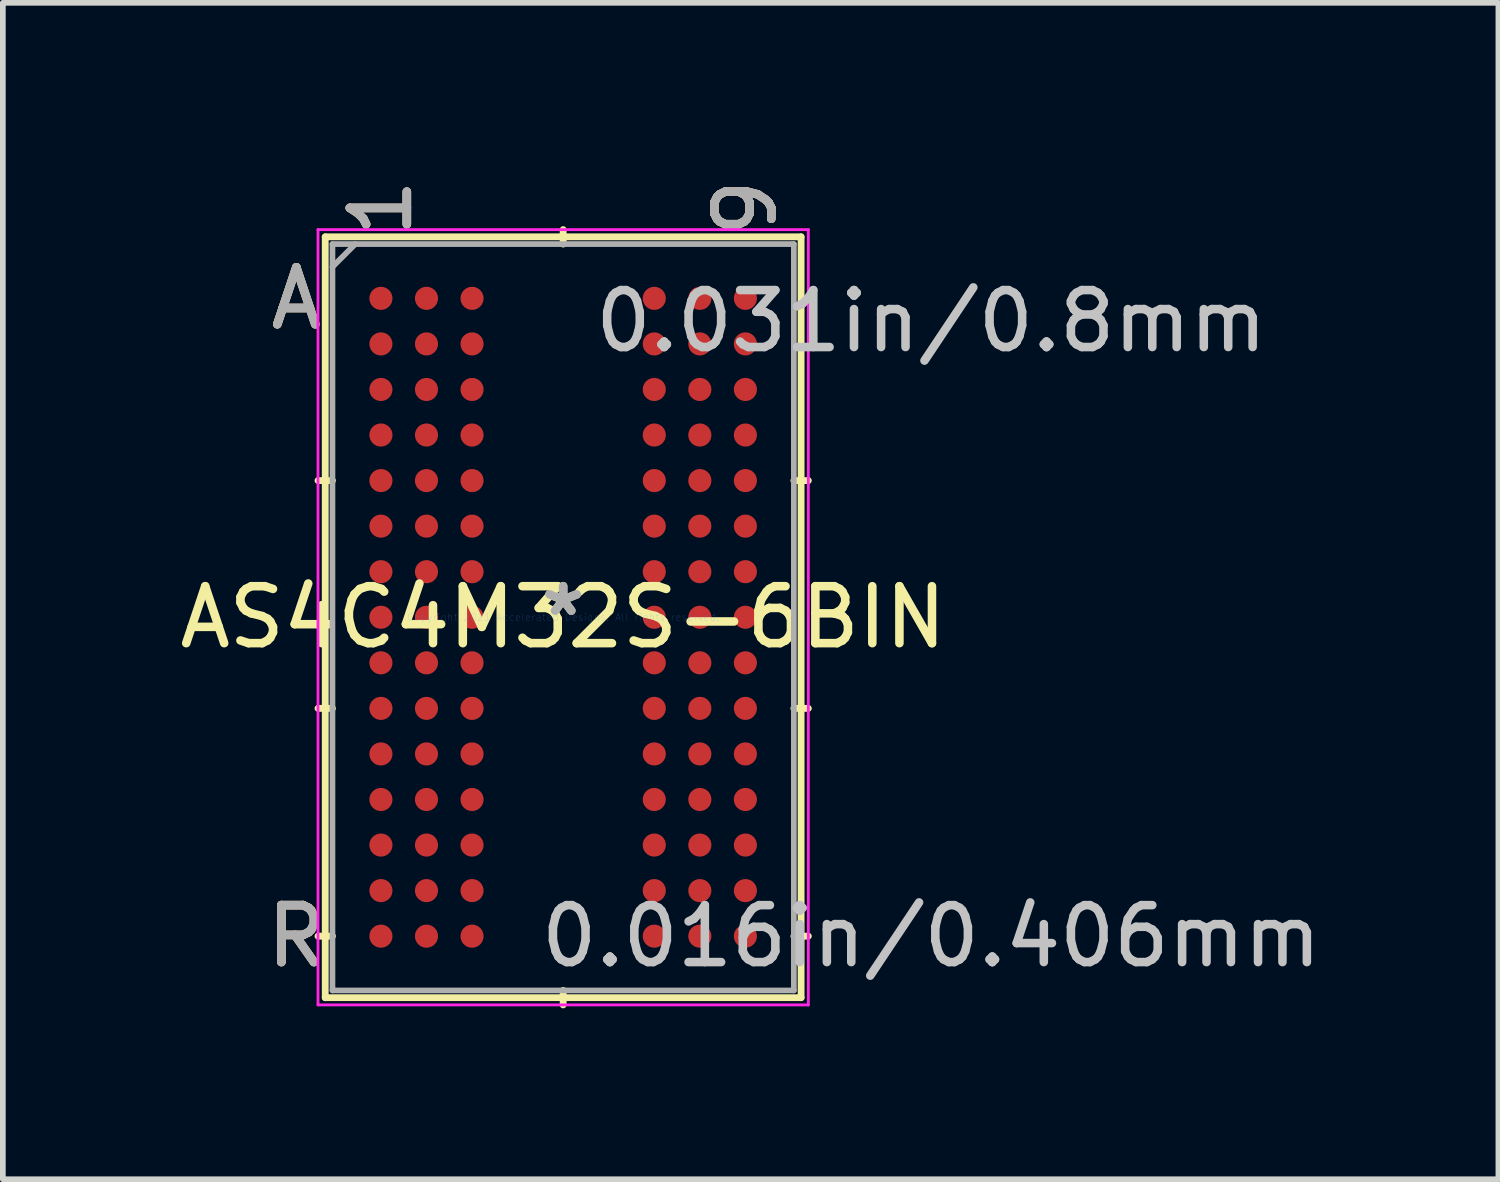
<source format=kicad_pcb>
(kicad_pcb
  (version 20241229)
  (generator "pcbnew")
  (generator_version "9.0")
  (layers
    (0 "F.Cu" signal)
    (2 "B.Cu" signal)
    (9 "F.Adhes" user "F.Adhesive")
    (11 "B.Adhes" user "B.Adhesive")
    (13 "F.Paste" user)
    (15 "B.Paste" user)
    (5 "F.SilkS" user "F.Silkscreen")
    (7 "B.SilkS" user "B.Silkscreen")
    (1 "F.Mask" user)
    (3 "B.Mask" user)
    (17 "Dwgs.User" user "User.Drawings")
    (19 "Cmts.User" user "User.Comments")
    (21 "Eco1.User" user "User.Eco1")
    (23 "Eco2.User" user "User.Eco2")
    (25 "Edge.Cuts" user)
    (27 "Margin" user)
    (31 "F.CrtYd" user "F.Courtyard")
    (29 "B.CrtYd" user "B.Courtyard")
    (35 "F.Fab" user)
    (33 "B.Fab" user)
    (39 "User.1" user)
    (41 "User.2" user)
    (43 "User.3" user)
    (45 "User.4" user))
  (footprint "AS4C4M32S-6BIN"
    (layer "F.Cu")
    (at 6.839 7.789)
    (property "Reference" "AS4C4M32S-6BIN" (at 0 0 0) (layer "F.SilkS") (effects (font (size 1 1) (thickness 0.15))))
    (attr through_hole)
    (fp_line (start -4.178 -6.68) (end -4.178 6.68) (stroke (width 0.12) (type solid)) (layer "F.SilkS"))
    (fp_line (start -4.178 6.68) (end 4.178 6.68) (stroke (width 0.12) (type solid)) (layer "F.SilkS"))
    (fp_line (start -4.051 -2.4) (end -4.305 -2.4) (stroke (width 0.12) (type solid)) (layer "F.SilkS"))
    (fp_line (start -4.051 1.6) (end -4.305 1.6) (stroke (width 0.12) (type solid)) (layer "F.SilkS"))
    (fp_line (start -4.051 5.6) (end -4.305 5.6) (stroke (width 0.12) (type solid)) (layer "F.SilkS"))
    (fp_line (start 0 -6.553) (end 0 -6.807) (stroke (width 0.12) (type solid)) (layer "F.SilkS"))
    (fp_line (start 0 6.553) (end 0 6.807) (stroke (width 0.12) (type solid)) (layer "F.SilkS"))
    (fp_line (start 4.051 -2.4) (end 4.305 -2.4) (stroke (width 0.12) (type solid)) (layer "F.SilkS"))
    (fp_line (start 4.051 1.6) (end 4.305 1.6) (stroke (width 0.12) (type solid)) (layer "F.SilkS"))
    (fp_line (start 4.051 5.6) (end 4.305 5.6) (stroke (width 0.12) (type solid)) (layer "F.SilkS"))
    (fp_line (start 4.178 -6.68) (end -4.178 -6.68) (stroke (width 0.12) (type solid)) (layer "F.SilkS"))
    (fp_line (start 4.178 6.68) (end 4.178 -6.68) (stroke (width 0.12) (type solid)) (layer "F.SilkS"))
    (fp_line (start -4.305 -6.807) (end 4.305 -6.807) (stroke (width 0.05) (type solid)) (layer "F.CrtYd"))
    (fp_line (start -4.305 6.807) (end -4.305 -6.807) (stroke (width 0.05) (type solid)) (layer "F.CrtYd"))
    (fp_line (start 4.305 -6.807) (end 4.305 6.807) (stroke (width 0.05) (type solid)) (layer "F.CrtYd"))
    (fp_line (start 4.305 6.807) (end -4.305 6.807) (stroke (width 0.05) (type solid)) (layer "F.CrtYd"))
    (fp_line (start -4.051 -6.553) (end -4.051 6.553) (stroke (width 0.1) (type solid)) (layer "F.Fab"))
    (fp_line (start -4.051 6.553) (end 4.051 6.553) (stroke (width 0.1) (type solid)) (layer "F.Fab"))
    (fp_line (start -3.651 -6.553) (end -4.051 -6.153) (stroke (width 0.1) (type solid)) (layer "F.Fab"))
    (fp_line (start 4.051 -6.553) (end -4.051 -6.553) (stroke (width 0.1) (type solid)) (layer "F.Fab"))
    (fp_line (start 4.051 6.553) (end 4.051 -6.553) (stroke (width 0.1) (type solid)) (layer "F.Fab"))
    (fp_text user "A" (at -4.686 -5.6 0) (layer "F.SilkS") (effects (font (size 1 1) (thickness 0.15))))
    (fp_text user "*" (at 0 0 0) (layer "F.SilkS") (effects (font (size 1 1) (thickness 0.15))))
    (fp_text user "R" (at -4.686 5.6 0) (layer "F.SilkS") (effects (font (size 1 1) (thickness 0.15))))
    (fp_text user "1" (at -3.2 -7.188 90) (layer "F.SilkS") (effects (font (size 1 1) (thickness 0.15))))
    (fp_text user "9" (at 3.2 -7.188 90) (layer "F.SilkS") (effects (font (size 1 1) (thickness 0.15))))
    (fp_text user "R" (at -4.686 5.6 0) (layer "B.SilkS") (effects (font (size 1 1) (thickness 0.15))))
    (fp_text user "1" (at -3.2 -7.188 90) (layer "B.SilkS") (effects (font (size 1 1) (thickness 0.15))))
    (fp_text user "A" (at -4.686 -5.6 0) (layer "B.SilkS") (effects (font (size 1 1) (thickness 0.15))))
    (fp_text user "9" (at 3.2 -7.188 90) (layer "B.SilkS") (effects (font (size 1 1) (thickness 0.15))))
    (fp_text user "0.016in/0.406mm" (at 6.464 5.6 0) (layer "Dwgs.User") (effects (font (size 1 1) (thickness 0.15))))
    (fp_text user "0.031in/0.8mm" (at 6.464 -5.2 0) (layer "Dwgs.User") (effects (font (size 1 1) (thickness 0.15))))
    (fp_text user "Copyright 2021 Accelerated Designs. All rights reserved." (at 0 0 0) (layer "Cmts.User") (effects (font (size 0.127 0.127) (thickness 0.002))))
    (fp_text user "9" (at 3.2 -7.188 90) (layer "F.Fab") (effects (font (size 1 1) (thickness 0.15))))
    (fp_text user "*" (at 0 0 0) (layer "F.Fab") (effects (font (size 1 1) (thickness 0.15))))
    (fp_text user "A" (at -4.686 -5.6 0) (layer "F.Fab") (effects (font (size 1 1) (thickness 0.15))))
    (fp_text user "1" (at -3.2 -7.188 90) (layer "F.Fab") (effects (font (size 1 1) (thickness 0.15))))
    (fp_text user "R" (at -4.686 5.6 0) (layer "F.Fab") (effects (font (size 1 1) (thickness 0.15))))
    (pad "A1" smd circle (at -3.2 -5.6) (size 0.406 0.406) (layers "F.Cu" "F.Mask" "F.Paste"))
    (pad "A2" smd circle (at -2.4 -5.6) (size 0.406 0.406) (layers "F.Cu" "F.Mask" "F.Paste"))
    (pad "A3" smd circle (at -1.6 -5.6) (size 0.406 0.406) (layers "F.Cu" "F.Mask" "F.Paste"))
    (pad "A7" smd circle (at 1.6 -5.6) (size 0.406 0.406) (layers "F.Cu" "F.Mask" "F.Paste"))
    (pad "A8" smd circle (at 2.4 -5.6) (size 0.406 0.406) (layers "F.Cu" "F.Mask" "F.Paste"))
    (pad "A9" smd circle (at 3.2 -5.6) (size 0.406 0.406) (layers "F.Cu" "F.Mask" "F.Paste"))
    (pad "B1" smd circle (at -3.2 -4.8) (size 0.406 0.406) (layers "F.Cu" "F.Mask" "F.Paste"))
    (pad "B2" smd circle (at -2.4 -4.8) (size 0.406 0.406) (layers "F.Cu" "F.Mask" "F.Paste"))
    (pad "B3" smd circle (at -1.6 -4.8) (size 0.406 0.406) (layers "F.Cu" "F.Mask" "F.Paste"))
    (pad "B7" smd circle (at 1.6 -4.8) (size 0.406 0.406) (layers "F.Cu" "F.Mask" "F.Paste"))
    (pad "B8" smd circle (at 2.4 -4.8) (size 0.406 0.406) (layers "F.Cu" "F.Mask" "F.Paste"))
    (pad "B9" smd circle (at 3.2 -4.8) (size 0.406 0.406) (layers "F.Cu" "F.Mask" "F.Paste"))
    (pad "C1" smd circle (at -3.2 -4) (size 0.406 0.406) (layers "F.Cu" "F.Mask" "F.Paste"))
    (pad "C2" smd circle (at -2.4 -4) (size 0.406 0.406) (layers "F.Cu" "F.Mask" "F.Paste"))
    (pad "C3" smd circle (at -1.6 -4) (size 0.406 0.406) (layers "F.Cu" "F.Mask" "F.Paste"))
    (pad "C7" smd circle (at 1.6 -4) (size 0.406 0.406) (layers "F.Cu" "F.Mask" "F.Paste"))
    (pad "C8" smd circle (at 2.4 -4) (size 0.406 0.406) (layers "F.Cu" "F.Mask" "F.Paste"))
    (pad "C9" smd circle (at 3.2 -4) (size 0.406 0.406) (layers "F.Cu" "F.Mask" "F.Paste"))
    (pad "D1" smd circle (at -3.2 -3.2) (size 0.406 0.406) (layers "F.Cu" "F.Mask" "F.Paste"))
    (pad "D2" smd circle (at -2.4 -3.2) (size 0.406 0.406) (layers "F.Cu" "F.Mask" "F.Paste"))
    (pad "D3" smd circle (at -1.6 -3.2) (size 0.406 0.406) (layers "F.Cu" "F.Mask" "F.Paste"))
    (pad "D7" smd circle (at 1.6 -3.2) (size 0.406 0.406) (layers "F.Cu" "F.Mask" "F.Paste"))
    (pad "D8" smd circle (at 2.4 -3.2) (size 0.406 0.406) (layers "F.Cu" "F.Mask" "F.Paste"))
    (pad "D9" smd circle (at 3.2 -3.2) (size 0.406 0.406) (layers "F.Cu" "F.Mask" "F.Paste"))
    (pad "E1" smd circle (at -3.2 -2.4) (size 0.406 0.406) (layers "F.Cu" "F.Mask" "F.Paste"))
    (pad "E2" smd circle (at -2.4 -2.4) (size 0.406 0.406) (layers "F.Cu" "F.Mask" "F.Paste"))
    (pad "E3" smd circle (at -1.6 -2.4) (size 0.406 0.406) (layers "F.Cu" "F.Mask" "F.Paste"))
    (pad "E7" smd circle (at 1.6 -2.4) (size 0.406 0.406) (layers "F.Cu" "F.Mask" "F.Paste"))
    (pad "E8" smd circle (at 2.4 -2.4) (size 0.406 0.406) (layers "F.Cu" "F.Mask" "F.Paste"))
    (pad "E9" smd circle (at 3.2 -2.4) (size 0.406 0.406) (layers "F.Cu" "F.Mask" "F.Paste"))
    (pad "F1" smd circle (at -3.2 -1.6) (size 0.406 0.406) (layers "F.Cu" "F.Mask" "F.Paste"))
    (pad "F2" smd circle (at -2.4 -1.6) (size 0.406 0.406) (layers "F.Cu" "F.Mask" "F.Paste"))
    (pad "F3" smd circle (at -1.6 -1.6) (size 0.406 0.406) (layers "F.Cu" "F.Mask" "F.Paste"))
    (pad "F7" smd circle (at 1.6 -1.6) (size 0.406 0.406) (layers "F.Cu" "F.Mask" "F.Paste"))
    (pad "F8" smd circle (at 2.4 -1.6) (size 0.406 0.406) (layers "F.Cu" "F.Mask" "F.Paste"))
    (pad "F9" smd circle (at 3.2 -1.6) (size 0.406 0.406) (layers "F.Cu" "F.Mask" "F.Paste"))
    (pad "G1" smd circle (at -3.2 -0.8) (size 0.406 0.406) (layers "F.Cu" "F.Mask" "F.Paste"))
    (pad "G2" smd circle (at -2.4 -0.8) (size 0.406 0.406) (layers "F.Cu" "F.Mask" "F.Paste"))
    (pad "G3" smd circle (at -1.6 -0.8) (size 0.406 0.406) (layers "F.Cu" "F.Mask" "F.Paste"))
    (pad "G7" smd circle (at 1.6 -0.8) (size 0.406 0.406) (layers "F.Cu" "F.Mask" "F.Paste"))
    (pad "G8" smd circle (at 2.4 -0.8) (size 0.406 0.406) (layers "F.Cu" "F.Mask" "F.Paste"))
    (pad "G9" smd circle (at 3.2 -0.8) (size 0.406 0.406) (layers "F.Cu" "F.Mask" "F.Paste"))
    (pad "H1" smd circle (at -3.2 0) (size 0.406 0.406) (layers "F.Cu" "F.Mask" "F.Paste"))
    (pad "H2" smd circle (at -2.4 0) (size 0.406 0.406) (layers "F.Cu" "F.Mask" "F.Paste"))
    (pad "H3" smd circle (at -1.6 0) (size 0.406 0.406) (layers "F.Cu" "F.Mask" "F.Paste"))
    (pad "H7" smd circle (at 1.6 0) (size 0.406 0.406) (layers "F.Cu" "F.Mask" "F.Paste"))
    (pad "H8" smd circle (at 2.4 0) (size 0.406 0.406) (layers "F.Cu" "F.Mask" "F.Paste"))
    (pad "H9" smd circle (at 3.2 0) (size 0.406 0.406) (layers "F.Cu" "F.Mask" "F.Paste"))
    (pad "J1" smd circle (at -3.2 0.8) (size 0.406 0.406) (layers "F.Cu" "F.Mask" "F.Paste"))
    (pad "J2" smd circle (at -2.4 0.8) (size 0.406 0.406) (layers "F.Cu" "F.Mask" "F.Paste"))
    (pad "J3" smd circle (at -1.6 0.8) (size 0.406 0.406) (layers "F.Cu" "F.Mask" "F.Paste"))
    (pad "J7" smd circle (at 1.6 0.8) (size 0.406 0.406) (layers "F.Cu" "F.Mask" "F.Paste"))
    (pad "J8" smd circle (at 2.4 0.8) (size 0.406 0.406) (layers "F.Cu" "F.Mask" "F.Paste"))
    (pad "J9" smd circle (at 3.2 0.8) (size 0.406 0.406) (layers "F.Cu" "F.Mask" "F.Paste"))
    (pad "K1" smd circle (at -3.2 1.6) (size 0.406 0.406) (layers "F.Cu" "F.Mask" "F.Paste"))
    (pad "K2" smd circle (at -2.4 1.6) (size 0.406 0.406) (layers "F.Cu" "F.Mask" "F.Paste"))
    (pad "K3" smd circle (at -1.6 1.6) (size 0.406 0.406) (layers "F.Cu" "F.Mask" "F.Paste"))
    (pad "K7" smd circle (at 1.6 1.6) (size 0.406 0.406) (layers "F.Cu" "F.Mask" "F.Paste"))
    (pad "K8" smd circle (at 2.4 1.6) (size 0.406 0.406) (layers "F.Cu" "F.Mask" "F.Paste"))
    (pad "K9" smd circle (at 3.2 1.6) (size 0.406 0.406) (layers "F.Cu" "F.Mask" "F.Paste"))
    (pad "L1" smd circle (at -3.2 2.4) (size 0.406 0.406) (layers "F.Cu" "F.Mask" "F.Paste"))
    (pad "L2" smd circle (at -2.4 2.4) (size 0.406 0.406) (layers "F.Cu" "F.Mask" "F.Paste"))
    (pad "L3" smd circle (at -1.6 2.4) (size 0.406 0.406) (layers "F.Cu" "F.Mask" "F.Paste"))
    (pad "L7" smd circle (at 1.6 2.4) (size 0.406 0.406) (layers "F.Cu" "F.Mask" "F.Paste"))
    (pad "L8" smd circle (at 2.4 2.4) (size 0.406 0.406) (layers "F.Cu" "F.Mask" "F.Paste"))
    (pad "L9" smd circle (at 3.2 2.4) (size 0.406 0.406) (layers "F.Cu" "F.Mask" "F.Paste"))
    (pad "M1" smd circle (at -3.2 3.2) (size 0.406 0.406) (layers "F.Cu" "F.Mask" "F.Paste"))
    (pad "M2" smd circle (at -2.4 3.2) (size 0.406 0.406) (layers "F.Cu" "F.Mask" "F.Paste"))
    (pad "M3" smd circle (at -1.6 3.2) (size 0.406 0.406) (layers "F.Cu" "F.Mask" "F.Paste"))
    (pad "M7" smd circle (at 1.6 3.2) (size 0.406 0.406) (layers "F.Cu" "F.Mask" "F.Paste"))
    (pad "M8" smd circle (at 2.4 3.2) (size 0.406 0.406) (layers "F.Cu" "F.Mask" "F.Paste"))
    (pad "M9" smd circle (at 3.2 3.2) (size 0.406 0.406) (layers "F.Cu" "F.Mask" "F.Paste"))
    (pad "N1" smd circle (at -3.2 4) (size 0.406 0.406) (layers "F.Cu" "F.Mask" "F.Paste"))
    (pad "N2" smd circle (at -2.4 4) (size 0.406 0.406) (layers "F.Cu" "F.Mask" "F.Paste"))
    (pad "N3" smd circle (at -1.6 4) (size 0.406 0.406) (layers "F.Cu" "F.Mask" "F.Paste"))
    (pad "N7" smd circle (at 1.6 4) (size 0.406 0.406) (layers "F.Cu" "F.Mask" "F.Paste"))
    (pad "N8" smd circle (at 2.4 4) (size 0.406 0.406) (layers "F.Cu" "F.Mask" "F.Paste"))
    (pad "N9" smd circle (at 3.2 4) (size 0.406 0.406) (layers "F.Cu" "F.Mask" "F.Paste"))
    (pad "P1" smd circle (at -3.2 4.8) (size 0.406 0.406) (layers "F.Cu" "F.Mask" "F.Paste"))
    (pad "P2" smd circle (at -2.4 4.8) (size 0.406 0.406) (layers "F.Cu" "F.Mask" "F.Paste"))
    (pad "P3" smd circle (at -1.6 4.8) (size 0.406 0.406) (layers "F.Cu" "F.Mask" "F.Paste"))
    (pad "P7" smd circle (at 1.6 4.8) (size 0.406 0.406) (layers "F.Cu" "F.Mask" "F.Paste"))
    (pad "P8" smd circle (at 2.4 4.8) (size 0.406 0.406) (layers "F.Cu" "F.Mask" "F.Paste"))
    (pad "P9" smd circle (at 3.2 4.8) (size 0.406 0.406) (layers "F.Cu" "F.Mask" "F.Paste"))
    (pad "R1" smd circle (at -3.2 5.6) (size 0.406 0.406) (layers "F.Cu" "F.Mask" "F.Paste"))
    (pad "R2" smd circle (at -2.4 5.6) (size 0.406 0.406) (layers "F.Cu" "F.Mask" "F.Paste"))
    (pad "R3" smd circle (at -1.6 5.6) (size 0.406 0.406) (layers "F.Cu" "F.Mask" "F.Paste"))
    (pad "R7" smd circle (at 1.6 5.6) (size 0.406 0.406) (layers "F.Cu" "F.Mask" "F.Paste"))
    (pad "R8" smd circle (at 2.4 5.6) (size 0.406 0.406) (layers "F.Cu" "F.Mask" "F.Paste"))
    (pad "R9" smd circle (at 3.2 5.6) (size 0.406 0.406) (layers "F.Cu" "F.Mask" "F.Paste")))
  (gr_rect
    (start -3 -3)
    (end 23.262 17.657)
    (stroke (width 0.1) (type default))
    (fill no)
    (layer "Edge.Cuts")))
</source>
